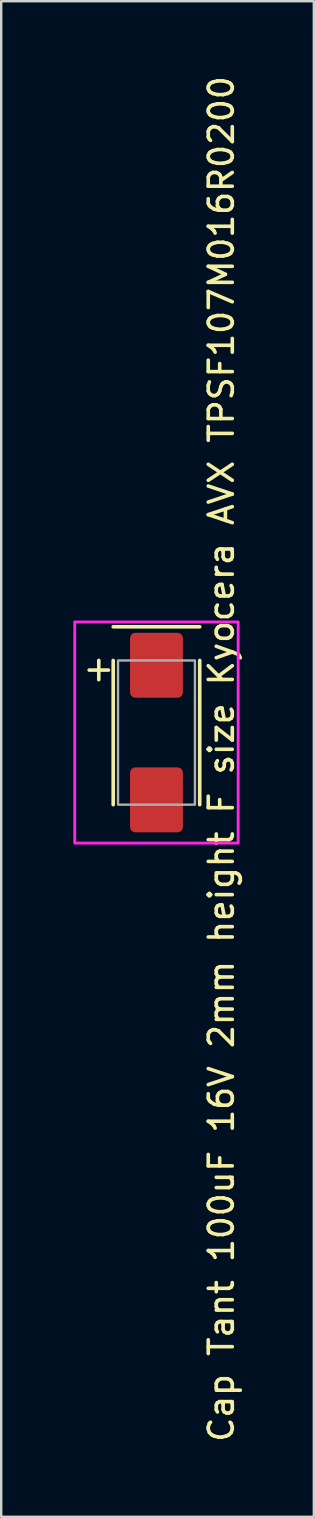
<source format=kicad_pcb>
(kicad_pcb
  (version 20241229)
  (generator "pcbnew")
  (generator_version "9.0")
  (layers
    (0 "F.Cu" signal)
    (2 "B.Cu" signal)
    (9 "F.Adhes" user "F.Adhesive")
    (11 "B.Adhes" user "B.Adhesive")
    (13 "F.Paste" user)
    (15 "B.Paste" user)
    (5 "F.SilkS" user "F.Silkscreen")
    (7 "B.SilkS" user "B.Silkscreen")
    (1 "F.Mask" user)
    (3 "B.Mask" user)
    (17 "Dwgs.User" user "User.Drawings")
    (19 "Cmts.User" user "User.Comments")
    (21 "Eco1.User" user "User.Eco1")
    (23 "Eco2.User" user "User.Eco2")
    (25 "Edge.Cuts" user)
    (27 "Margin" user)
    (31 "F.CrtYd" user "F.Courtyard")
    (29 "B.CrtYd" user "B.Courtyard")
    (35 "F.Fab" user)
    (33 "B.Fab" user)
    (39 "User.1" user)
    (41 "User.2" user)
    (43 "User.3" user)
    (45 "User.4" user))
  (footprint "Cap Tant 100uF 16V 2mm height F size Kyocera AVX TPSF107M016R0200"
    (layer "F.Cu")
    (at 3.46 27.43)
    (property "Reference" "Cap Tant 100uF 16V 2mm height F size Kyocera AVX TPSF107M016R0200" (at 2.7 1.1 90) (unlocked yes) (layer "F.SilkS") (effects (font (size 1 1) (thickness 0.15))))
    (attr smd)
    (fp_line (start -2.4 -3) (end -2.4 -2.2) (stroke (width 0.15) (type default)) (layer "F.SilkS"))
    (fp_line (start -2 -2.6) (end -2.8 -2.6) (stroke (width 0.15) (type default)) (layer "F.SilkS"))
    (fp_line (start -1.8 -4.4) (end 1.8 -4.4) (stroke (width 0.15) (type default)) (layer "F.SilkS"))
    (fp_line (start -1.8 -3) (end -1.8 3) (stroke (width 0.15) (type default)) (layer "F.SilkS"))
    (fp_line (start 1.8 -3) (end 1.8 3) (stroke (width 0.15) (type default)) (layer "F.SilkS"))
    (fp_rect (start -3.4 -4.6) (end 3.4 4.6) (stroke (width 0.12) (type default)) (fill no) (layer "F.CrtYd"))
    (fp_rect (start 1.6 -3) (end -1.6 3) (stroke (width 0.1) (type default)) (fill no) (layer "F.Fab"))
    (pad "1" smd roundrect (at 0 -2.8) (size 2.2 2.7) (layers "F.Cu" "F.Mask" "F.Paste") (roundrect_rratio 0.1))
    (pad "2" smd roundrect (at 0 2.8) (size 2.2 2.7) (layers "F.Cu" "F.Mask" "F.Paste") (roundrect_rratio 0.1)))
  (gr_rect
    (start -3 -3)
    (end 10.008 60.06)
    (stroke (width 0.1) (type default))
    (fill no)
    (layer "Edge.Cuts")))
</source>
